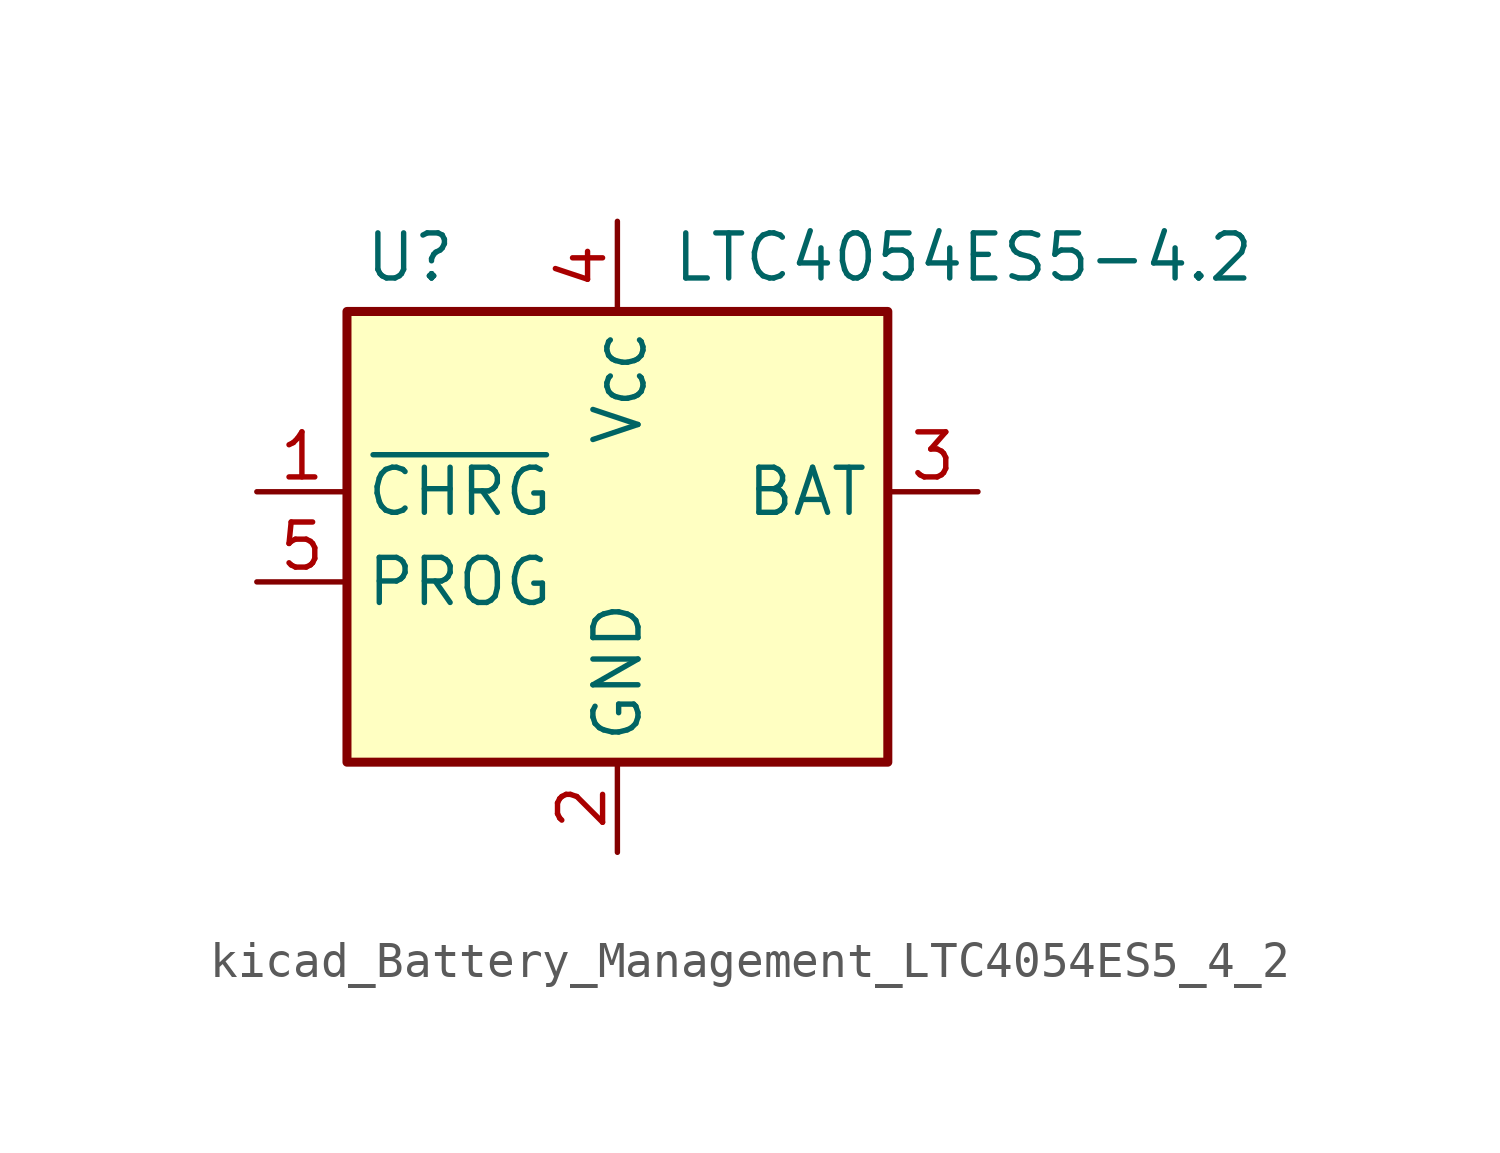
<source format=kicad_sym>
(kicad_symbol_lib
  (version 20220914)
  (generator kicad_symbol_editor)
  (symbol "kicad_Battery_Management_LTC4054ES5_4_2"
    (property "Reference" "U"
      (at -5.842 6.604 0)
      (effects (font (size 1.27 1.27))))
    (property "Value" "LTC4054ES5-4.2"
      (at 1.524 6.604 0)
      (effects (font (size 1.27 1.27)) (justify left)))
    (symbol "kicad_Battery_Management_LTC4054ES5_4_2_0_1"
      (rectangle (start -7.62 5.08) (end 7.62 -7.62) (stroke (width 0.254) (type default)) (fill (type background))))
    (symbol "kicad_Battery_Management_LTC4054ES5_4_2_1_1"
      (pin open_collector line (at -10.16 0 0) (length 2.54) (name "~{CHRG}" (effects (font (size 1.27 1.27)))) (number "1" (effects (font (size 1.27 1.27)))))
      (pin power_in line (at 0 -10.16 90) (length 2.54) (name "GND" (effects (font (size 1.27 1.27)))) (number "2" (effects (font (size 1.27 1.27)))))
      (pin power_out line (at 10.16 0 180) (length 2.54) (name "BAT" (effects (font (size 1.27 1.27)))) (number "3" (effects (font (size 1.27 1.27)))))
      (pin power_in line (at 0 7.62 270) (length 2.54) (name "V_{CC}" (effects (font (size 1.27 1.27)))) (number "4" (effects (font (size 1.27 1.27)))))
      (pin bidirectional line (at -10.16 -2.54 0) (length 2.54) (name "PROG" (effects (font (size 1.27 1.27)))) (number "5" (effects (font (size 1.27 1.27))))))))
</source>
